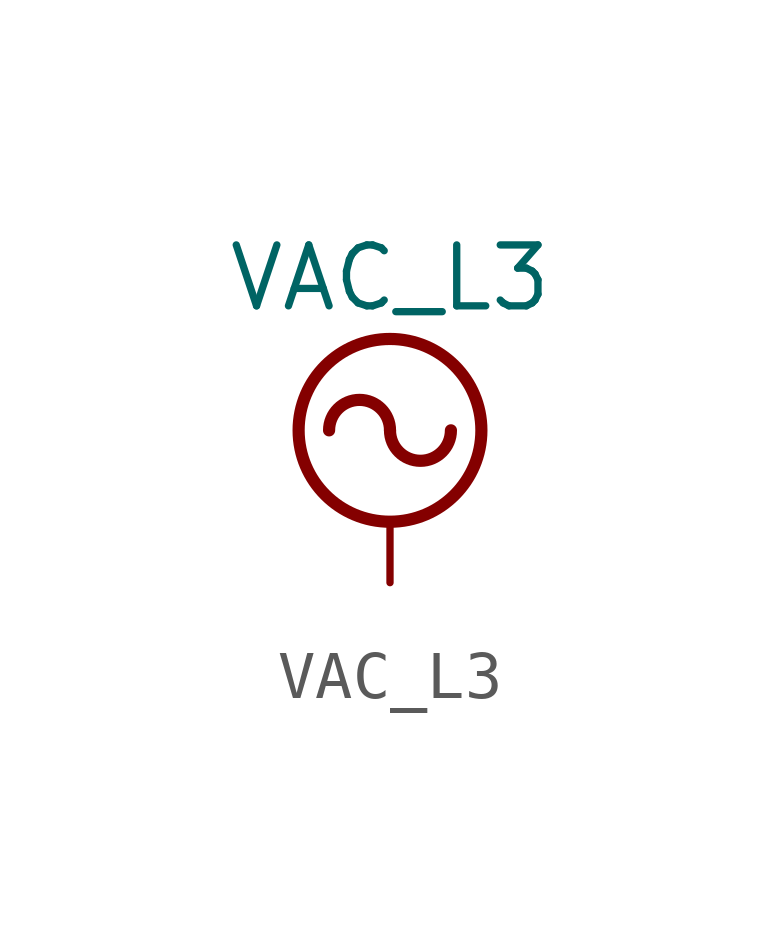
<source format=kicad_sym>
(kicad_symbol_lib
  (version 20220914)
  (generator kicad_symbol_editor)
  (symbol "VAC_L3"
    (power)
    (pin_names
      (offset 0))
    (property "Reference" "#PWR"
      (at 0 -2.54 0)
      (effects (font (size 1.27 1.27)) hide))
    (property "Value" "VAC_L3"
      (at 0 6.35 0)
      (effects (font (size 1.27 1.27))))
    (symbol "VAC_L3_0_1"
      (polyline (pts (xy 0 0) (xy 0 1.27)) (stroke (width 0) (type default)) (fill (type none)))
      (arc (start 0 3.175) (mid -0.635 3.8073) (end -1.27 3.175) (stroke (width 0.254) (type default)) (fill (type none)))
      (arc (start 0 3.175) (mid 0.635 2.5427) (end 1.27 3.175) (stroke (width 0.254) (type default)) (fill (type none)))
      (circle (center 0 3.175) (radius 1.905) (stroke (width 0.254) (type default)) (fill (type none))))
    (symbol "VAC_L3_1_1"
      (pin power_in line (at 0 0 90) (length 0) hide (name "VAC_L3" (effects (font (size 1.27 1.27)))) (number "1" (effects (font (size 1.27 1.27))))))))
</source>
